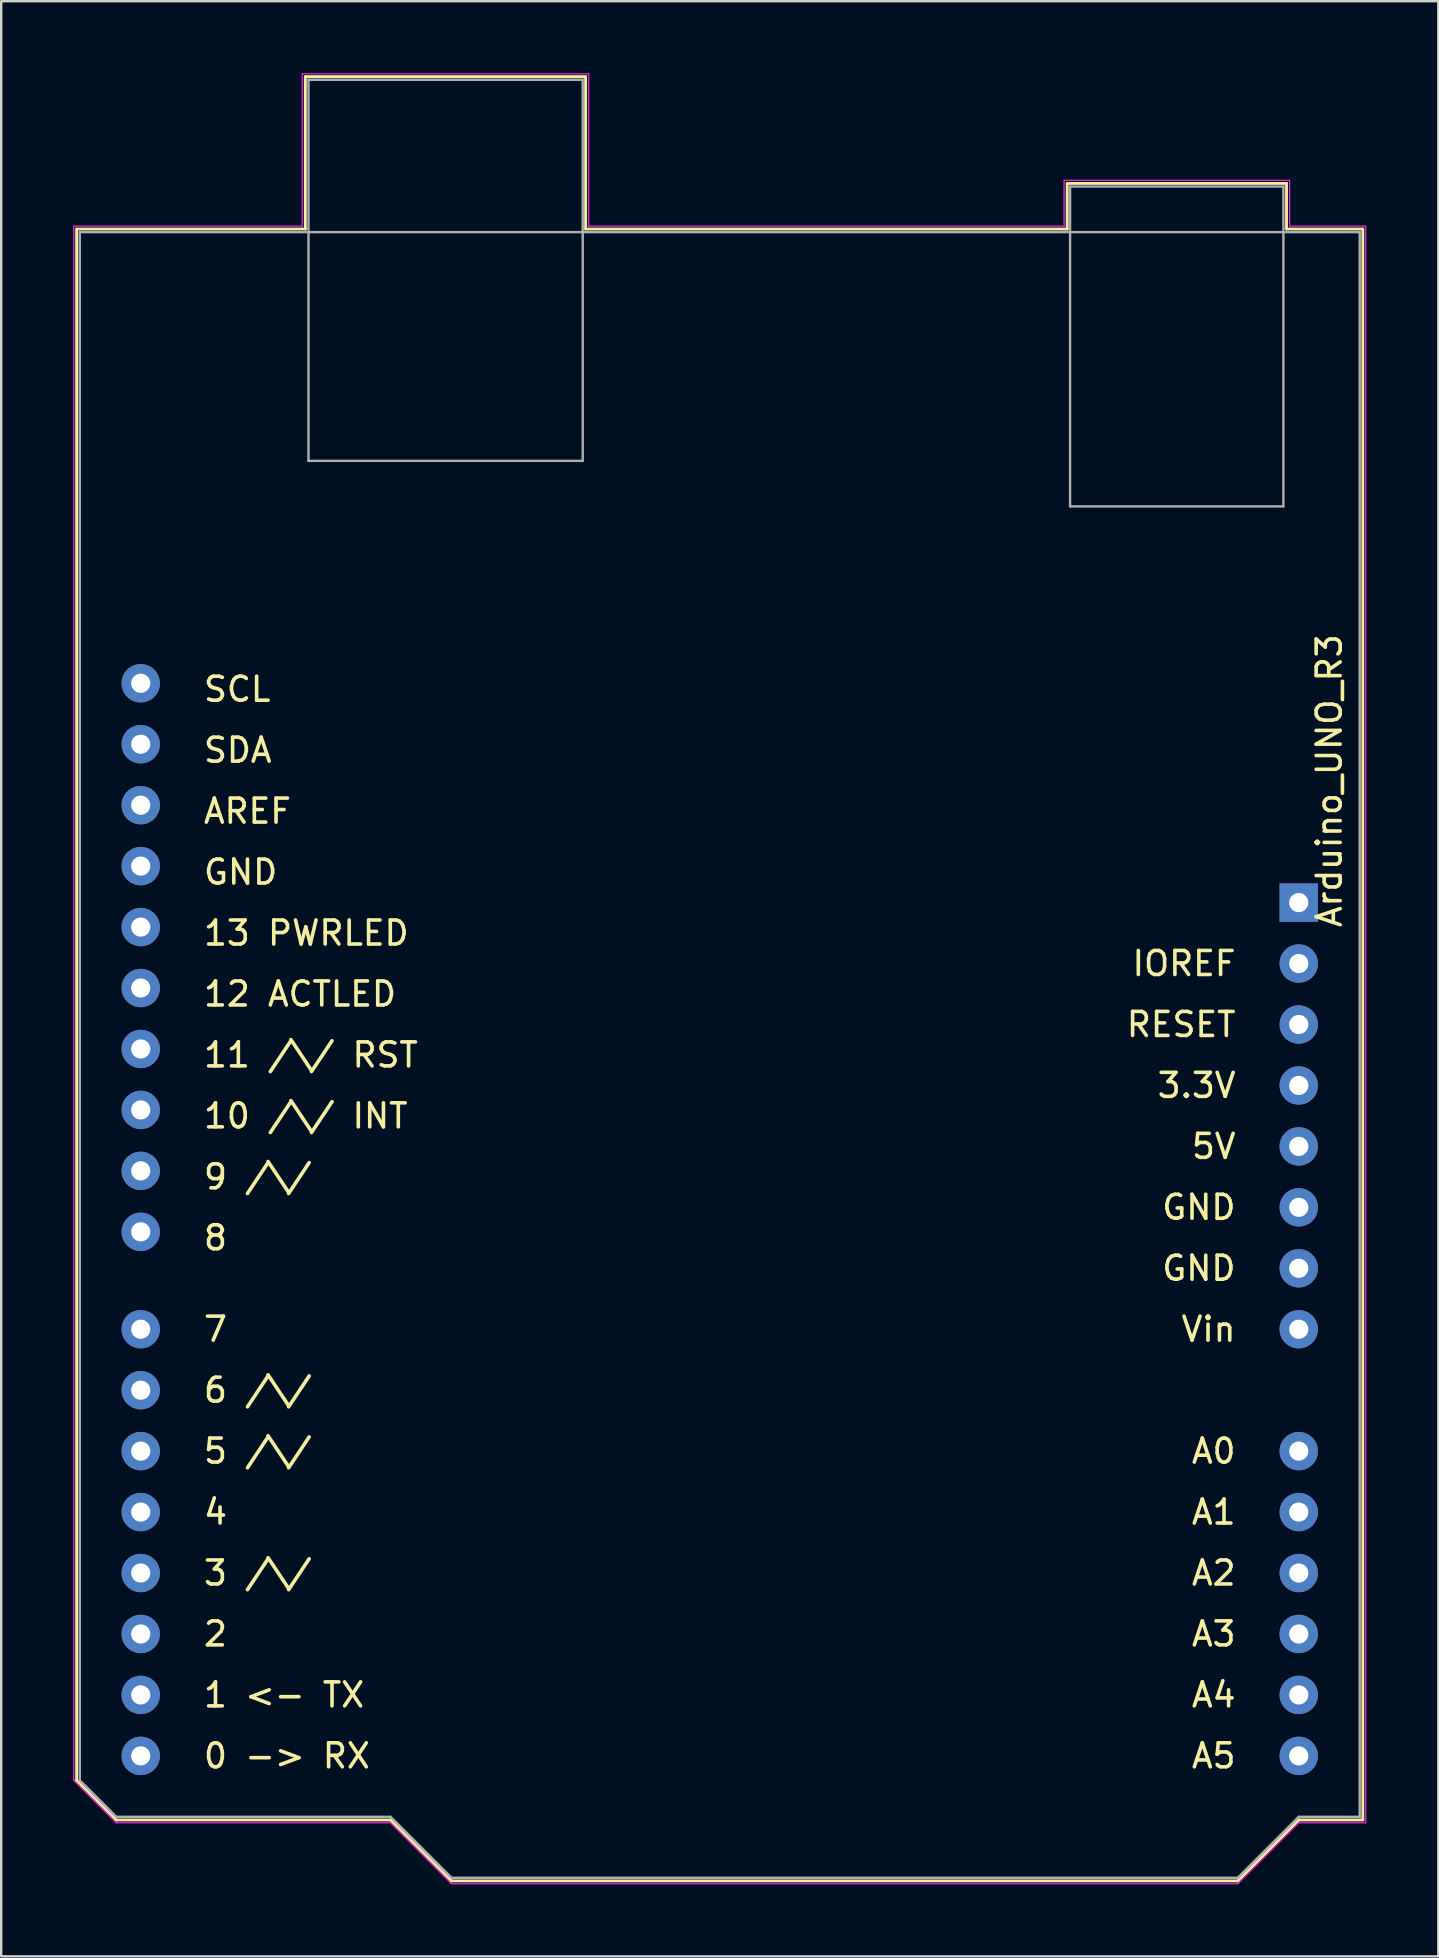
<source format=kicad_pcb>
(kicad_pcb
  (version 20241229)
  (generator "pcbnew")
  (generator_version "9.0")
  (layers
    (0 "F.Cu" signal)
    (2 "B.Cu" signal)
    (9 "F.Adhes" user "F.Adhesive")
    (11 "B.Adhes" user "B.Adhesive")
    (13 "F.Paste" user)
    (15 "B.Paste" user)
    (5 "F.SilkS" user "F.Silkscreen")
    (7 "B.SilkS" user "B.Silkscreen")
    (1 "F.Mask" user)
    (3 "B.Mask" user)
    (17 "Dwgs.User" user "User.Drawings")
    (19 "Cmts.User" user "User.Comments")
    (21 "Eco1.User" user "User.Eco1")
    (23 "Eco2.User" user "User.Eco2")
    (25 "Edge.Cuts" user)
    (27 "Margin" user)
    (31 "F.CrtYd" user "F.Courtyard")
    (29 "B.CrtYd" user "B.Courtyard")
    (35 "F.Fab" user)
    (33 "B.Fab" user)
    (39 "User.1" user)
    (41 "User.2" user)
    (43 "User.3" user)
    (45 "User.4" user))
  (footprint "Arduino_UNO_R3"
    (layer "F.Cu")
    (at 20.595 18.055)
    (property "Reference" "Arduino_UNO_R3" (at 31.75 11.43 90) (layer "F.SilkS") (effects (font (size 1 1) (thickness 0.15))))
    (attr through_hole)
    (fp_line (start -20.45 -11.56) (end -20.45 53.09) (stroke (width 0.12) (type solid)) (layer "F.SilkS"))
    (fp_line (start -20.45 53.09) (end -18.8 54.74) (stroke (width 0.12) (type solid)) (layer "F.SilkS"))
    (fp_line (start -18.8 54.74) (end -7.37 54.74) (stroke (width 0.12) (type solid)) (layer "F.SilkS"))
    (fp_line (start -10.92 -17.91) (end -10.92 -11.56) (stroke (width 0.12) (type solid)) (layer "F.SilkS"))
    (fp_line (start -10.92 -11.56) (end -20.45 -11.56) (stroke (width 0.12) (type solid)) (layer "F.SilkS"))
    (fp_line (start -7.37 54.74) (end -4.83 57.28) (stroke (width 0.12) (type solid)) (layer "F.SilkS"))
    (fp_line (start -4.83 57.28) (end 27.94 57.28) (stroke (width 0.12) (type solid)) (layer "F.SilkS"))
    (fp_line (start 0.76 -17.91) (end -10.92 -17.91) (stroke (width 0.12) (type solid)) (layer "F.SilkS"))
    (fp_line (start 0.76 -11.56) (end 0.76 -17.91) (stroke (width 0.12) (type solid)) (layer "F.SilkS"))
    (fp_line (start 20.83 -13.46) (end 20.83 -11.56) (stroke (width 0.12) (type solid)) (layer "F.SilkS"))
    (fp_line (start 20.83 -11.56) (end 0.76 -11.56) (stroke (width 0.12) (type solid)) (layer "F.SilkS"))
    (fp_line (start 27.94 57.28) (end 30.48 54.74) (stroke (width 0.12) (type solid)) (layer "F.SilkS"))
    (fp_line (start 29.97 -13.46) (end 20.83 -13.46) (stroke (width 0.12) (type solid)) (layer "F.SilkS"))
    (fp_line (start 29.97 -11.56) (end 29.97 -13.46) (stroke (width 0.12) (type solid)) (layer "F.SilkS"))
    (fp_line (start 30.48 54.74) (end 33.15 54.74) (stroke (width 0.12) (type solid)) (layer "F.SilkS"))
    (fp_line (start 33.15 -11.56) (end 29.97 -11.56) (stroke (width 0.12) (type solid)) (layer "F.SilkS"))
    (fp_line (start 33.15 54.74) (end 33.15 -11.56) (stroke (width 0.12) (type solid)) (layer "F.SilkS"))
    (fp_line (start -20.57 -11.68) (end -11.05 -11.68) (stroke (width 0.05) (type solid)) (layer "F.CrtYd"))
    (fp_line (start -20.57 53.09) (end -20.57 -11.68) (stroke (width 0.05) (type solid)) (layer "F.CrtYd"))
    (fp_line (start -18.8 54.86) (end -20.57 53.09) (stroke (width 0.05) (type solid)) (layer "F.CrtYd"))
    (fp_line (start -11.05 -18.03) (end 0.89 -18.03) (stroke (width 0.05) (type solid)) (layer "F.CrtYd"))
    (fp_line (start -11.05 -11.68) (end -11.05 -18.03) (stroke (width 0.05) (type solid)) (layer "F.CrtYd"))
    (fp_line (start -7.37 54.86) (end -18.8 54.86) (stroke (width 0.05) (type solid)) (layer "F.CrtYd"))
    (fp_line (start -4.83 57.4) (end -7.37 54.86) (stroke (width 0.05) (type solid)) (layer "F.CrtYd"))
    (fp_line (start 0.89 -18.03) (end 0.89 -11.68) (stroke (width 0.05) (type solid)) (layer "F.CrtYd"))
    (fp_line (start 0.89 -11.68) (end 20.7 -11.68) (stroke (width 0.05) (type solid)) (layer "F.CrtYd"))
    (fp_line (start 20.7 -13.59) (end 30.1 -13.59) (stroke (width 0.05) (type solid)) (layer "F.CrtYd"))
    (fp_line (start 20.7 -11.68) (end 20.7 -13.59) (stroke (width 0.05) (type solid)) (layer "F.CrtYd"))
    (fp_line (start 27.94 57.4) (end -4.83 57.4) (stroke (width 0.05) (type solid)) (layer "F.CrtYd"))
    (fp_line (start 30.1 -13.59) (end 30.1 -11.68) (stroke (width 0.05) (type solid)) (layer "F.CrtYd"))
    (fp_line (start 30.1 -11.68) (end 33.27 -11.68) (stroke (width 0.05) (type solid)) (layer "F.CrtYd"))
    (fp_line (start 30.48 54.86) (end 27.94 57.4) (stroke (width 0.05) (type solid)) (layer "F.CrtYd"))
    (fp_line (start 33.27 -11.68) (end 33.27 54.86) (stroke (width 0.05) (type solid)) (layer "F.CrtYd"))
    (fp_line (start 33.27 54.86) (end 30.48 54.86) (stroke (width 0.05) (type solid)) (layer "F.CrtYd"))
    (fp_line (start -20.32 -11.43) (end 33.02 -11.43) (stroke (width 0.1) (type solid)) (layer "F.Fab"))
    (fp_line (start -20.32 53.09) (end -20.32 -11.43) (stroke (width 0.1) (type solid)) (layer "F.Fab"))
    (fp_line (start -18.8 54.61) (end -20.32 53.09) (stroke (width 0.1) (type solid)) (layer "F.Fab"))
    (fp_line (start -10.79 -17.78) (end 0.64 -17.78) (stroke (width 0.1) (type solid)) (layer "F.Fab"))
    (fp_line (start -10.79 -1.9) (end -10.79 -17.78) (stroke (width 0.1) (type solid)) (layer "F.Fab"))
    (fp_line (start -7.37 54.61) (end -18.8 54.61) (stroke (width 0.1) (type solid)) (layer "F.Fab"))
    (fp_line (start -4.83 57.15) (end -7.37 54.61) (stroke (width 0.1) (type solid)) (layer "F.Fab"))
    (fp_line (start 0.64 -17.78) (end 0.64 -1.9) (stroke (width 0.1) (type solid)) (layer "F.Fab"))
    (fp_line (start 0.64 -1.9) (end -10.79 -1.9) (stroke (width 0.1) (type solid)) (layer "F.Fab"))
    (fp_line (start 20.95 -13.33) (end 29.84 -13.33) (stroke (width 0.1) (type solid)) (layer "F.Fab"))
    (fp_line (start 20.95 0) (end 20.95 -13.33) (stroke (width 0.1) (type solid)) (layer "F.Fab"))
    (fp_line (start 27.94 57.15) (end -4.83 57.15) (stroke (width 0.1) (type solid)) (layer "F.Fab"))
    (fp_line (start 29.84 -13.33) (end 29.84 0) (stroke (width 0.1) (type solid)) (layer "F.Fab"))
    (fp_line (start 29.84 0) (end 20.95 0) (stroke (width 0.1) (type solid)) (layer "F.Fab"))
    (fp_line (start 30.48 54.61) (end 27.94 57.15) (stroke (width 0.1) (type solid)) (layer "F.Fab"))
    (fp_line (start 33.02 -11.43) (end 33.02 54.61) (stroke (width 0.1) (type solid)) (layer "F.Fab"))
    (fp_line (start 33.02 54.61) (end 30.48 54.61) (stroke (width 0.1) (type solid)) (layer "F.Fab"))
    (fp_text user "4" (at -15.24 41.91 0) (layer "F.SilkS") (effects (font (size 1 1) (thickness 0.15)) (justify left)))
    (fp_text user "A0" (at 27.94 39.37 0) (layer "F.SilkS") (effects (font (size 1 1) (thickness 0.15)) (justify right)))
    (fp_text user "GND" (at -15.24 15.24 0) (layer "F.SilkS") (effects (font (size 1 1) (thickness 0.15)) (justify left)))
    (fp_text user "A4" (at 27.94 49.53 0) (layer "F.SilkS") (effects (font (size 1 1) (thickness 0.15)) (justify right)))
    (fp_text user "5V" (at 27.94 26.67 0) (layer "F.SilkS") (effects (font (size 1 1) (thickness 0.15)) (justify right)))
    (fp_text user "8" (at -15.24 30.48 0) (layer "F.SilkS") (effects (font (size 1 1) (thickness 0.15)) (justify left)))
    (fp_text user "10 /\\/ INT" (at -15.24 25.4 0) (layer "F.SilkS") (effects (font (size 1 1) (thickness 0.15)) (justify left)))
    (fp_text user "SCL" (at -15.24 7.62 0) (layer "F.SilkS") (effects (font (size 1 1) (thickness 0.15)) (justify left)))
    (fp_text user "A1" (at 27.94 41.91 0) (layer "F.SilkS") (effects (font (size 1 1) (thickness 0.15)) (justify right)))
    (fp_text user "Vin" (at 27.94 34.29 0) (layer "F.SilkS") (effects (font (size 1 1) (thickness 0.15)) (justify right)))
    (fp_text user "2" (at -15.24 46.99 0) (layer "F.SilkS") (effects (font (size 1 1) (thickness 0.15)) (justify left)))
    (fp_text user "SDA" (at -15.24 10.16 0) (layer "F.SilkS") (effects (font (size 1 1) (thickness 0.15)) (justify left)))
    (fp_text user "13 PWRLED" (at -15.24 17.78 0) (layer "F.SilkS") (effects (font (size 1 1) (thickness 0.15)) (justify left)))
    (fp_text user "3 /\\/" (at -15.24 44.45 0) (layer "F.SilkS") (effects (font (size 1 1) (thickness 0.15)) (justify left)))
    (fp_text user "12 ACTLED" (at -15.24 20.32 0) (layer "F.SilkS") (effects (font (size 1 1) (thickness 0.15)) (justify left)))
    (fp_text user "A2" (at 27.94 44.45 0) (layer "F.SilkS") (effects (font (size 1 1) (thickness 0.15)) (justify right)))
    (fp_text user "5 /\\/" (at -15.24 39.37 0) (layer "F.SilkS") (effects (font (size 1 1) (thickness 0.15)) (justify left)))
    (fp_text user "6 /\\/" (at -15.24 36.83 0) (layer "F.SilkS") (effects (font (size 1 1) (thickness 0.15)) (justify left)))
    (fp_text user "IOREF" (at 27.94 19.05 0) (layer "F.SilkS") (effects (font (size 1 1) (thickness 0.15)) (justify right)))
    (fp_text user "AREF" (at -15.24 12.7 0) (layer "F.SilkS") (effects (font (size 1 1) (thickness 0.15)) (justify left)))
    (fp_text user "3.3V" (at 27.94 24.13 0) (layer "F.SilkS") (effects (font (size 1 1) (thickness 0.15)) (justify right)))
    (fp_text user "9 /\\/" (at -15.24 27.94 0) (layer "F.SilkS") (effects (font (size 1 1) (thickness 0.15)) (justify left)))
    (fp_text user "0 -> RX" (at -15.24 52.07 0) (layer "F.SilkS") (effects (font (size 1 1) (thickness 0.15)) (justify left)))
    (fp_text user "1 <- TX" (at -15.24 49.53 0) (layer "F.SilkS") (effects (font (size 1 1) (thickness 0.15)) (justify left)))
    (fp_text user "GND" (at 27.94 31.75 0) (layer "F.SilkS") (effects (font (size 1 1) (thickness 0.15)) (justify right)))
    (fp_text user "11 /\\/ RST" (at -15.24 22.86 0) (layer "F.SilkS") (effects (font (size 1 1) (thickness 0.15)) (justify left)))
    (fp_text user "RESET" (at 27.94 21.59 0) (layer "F.SilkS") (effects (font (size 1 1) (thickness 0.15)) (justify right)))
    (fp_text user "7" (at -15.24 34.29 0) (layer "F.SilkS") (effects (font (size 1 1) (thickness 0.15)) (justify left)))
    (fp_text user "A3" (at 27.94 46.99 0) (layer "F.SilkS") (effects (font (size 1 1) (thickness 0.15)) (justify right)))
    (fp_text user "GND" (at 27.94 29.21 0) (layer "F.SilkS") (effects (font (size 1 1) (thickness 0.15)) (justify right)))
    (fp_text user "A5" (at 27.94 52.07 0) (layer "F.SilkS") (effects (font (size 1 1) (thickness 0.15)) (justify right)))
    (pad "1" thru_hole rect (at 30.48 16.51) (size 1.6 1.6) (drill 0.8) (layers "*.Cu" "*.Mask"))
    (pad "2" thru_hole oval (at 30.48 19.05) (size 1.6 1.6) (drill 0.8) (layers "*.Cu" "*.Mask"))
    (pad "3" thru_hole oval (at 30.48 21.59) (size 1.6 1.6) (drill 0.8) (layers "*.Cu" "*.Mask"))
    (pad "4" thru_hole oval (at 30.48 24.13) (size 1.6 1.6) (drill 0.8) (layers "*.Cu" "*.Mask"))
    (pad "5" thru_hole oval (at 30.48 26.67) (size 1.6 1.6) (drill 0.8) (layers "*.Cu" "*.Mask"))
    (pad "6" thru_hole oval (at 30.48 29.21) (size 1.6 1.6) (drill 0.8) (layers "*.Cu" "*.Mask"))
    (pad "7" thru_hole oval (at 30.48 31.75) (size 1.6 1.6) (drill 0.8) (layers "*.Cu" "*.Mask"))
    (pad "8" thru_hole oval (at 30.48 34.29) (size 1.6 1.6) (drill 0.8) (layers "*.Cu" "*.Mask"))
    (pad "9" thru_hole oval (at 30.48 39.37) (size 1.6 1.6) (drill 0.8) (layers "*.Cu" "*.Mask"))
    (pad "10" thru_hole oval (at 30.48 41.91) (size 1.6 1.6) (drill 0.8) (layers "*.Cu" "*.Mask"))
    (pad "11" thru_hole oval (at 30.48 44.45) (size 1.6 1.6) (drill 0.8) (layers "*.Cu" "*.Mask"))
    (pad "12" thru_hole oval (at 30.48 46.99) (size 1.6 1.6) (drill 0.8) (layers "*.Cu" "*.Mask"))
    (pad "13" thru_hole oval (at 30.48 49.53) (size 1.6 1.6) (drill 0.8) (layers "*.Cu" "*.Mask"))
    (pad "14" thru_hole oval (at 30.48 52.07) (size 1.6 1.6) (drill 0.8) (layers "*.Cu" "*.Mask"))
    (pad "15" thru_hole oval (at -17.78 52.07) (size 1.6 1.6) (drill 0.8) (layers "*.Cu" "*.Mask"))
    (pad "16" thru_hole oval (at -17.78 49.53) (size 1.6 1.6) (drill 0.8) (layers "*.Cu" "*.Mask"))
    (pad "17" thru_hole oval (at -17.78 46.99) (size 1.6 1.6) (drill 0.8) (layers "*.Cu" "*.Mask"))
    (pad "18" thru_hole oval (at -17.78 44.45) (size 1.6 1.6) (drill 0.8) (layers "*.Cu" "*.Mask"))
    (pad "19" thru_hole oval (at -17.78 41.91) (size 1.6 1.6) (drill 0.8) (layers "*.Cu" "*.Mask"))
    (pad "20" thru_hole oval (at -17.78 39.37) (size 1.6 1.6) (drill 0.8) (layers "*.Cu" "*.Mask"))
    (pad "21" thru_hole oval (at -17.78 36.83) (size 1.6 1.6) (drill 0.8) (layers "*.Cu" "*.Mask"))
    (pad "22" thru_hole oval (at -17.78 34.29) (size 1.6 1.6) (drill 0.8) (layers "*.Cu" "*.Mask"))
    (pad "23" thru_hole oval (at -17.78 30.23) (size 1.6 1.6) (drill 0.8) (layers "*.Cu" "*.Mask"))
    (pad "24" thru_hole oval (at -17.78 27.69) (size 1.6 1.6) (drill 0.8) (layers "*.Cu" "*.Mask"))
    (pad "25" thru_hole oval (at -17.78 25.15) (size 1.6 1.6) (drill 0.8) (layers "*.Cu" "*.Mask"))
    (pad "26" thru_hole oval (at -17.78 22.61) (size 1.6 1.6) (drill 0.8) (layers "*.Cu" "*.Mask"))
    (pad "27" thru_hole oval (at -17.78 20.07) (size 1.6 1.6) (drill 0.8) (layers "*.Cu" "*.Mask"))
    (pad "28" thru_hole oval (at -17.78 17.53) (size 1.6 1.6) (drill 0.8) (layers "*.Cu" "*.Mask"))
    (pad "29" thru_hole oval (at -17.78 14.99) (size 1.6 1.6) (drill 0.8) (layers "*.Cu" "*.Mask"))
    (pad "30" thru_hole oval (at -17.78 12.45) (size 1.6 1.6) (drill 0.8) (layers "*.Cu" "*.Mask"))
    (pad "31" thru_hole oval (at -17.78 9.91) (size 1.6 1.6) (drill 0.8) (layers "*.Cu" "*.Mask"))
    (pad "32" thru_hole oval (at -17.78 7.37) (size 1.6 1.6) (drill 0.8) (layers "*.Cu" "*.Mask")))
  (gr_rect
    (start -3 -3)
    (end 56.89 78.48)
    (stroke (width 0.1) (type default))
    (fill no)
    (layer "Edge.Cuts")))
</source>
